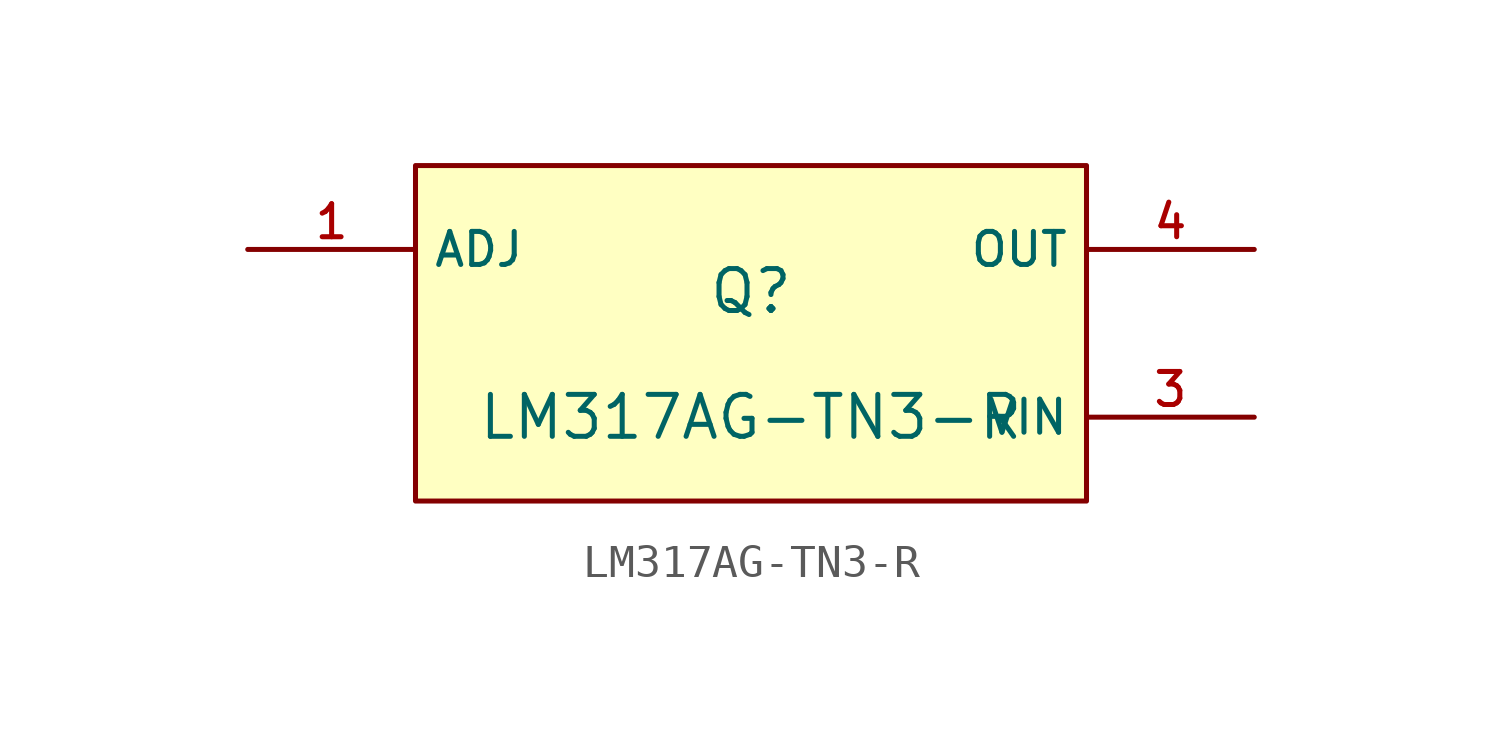
<source format=kicad_sym>
(kicad_symbol_lib
  (version 20210201)
  (generator TousstNicolas/JLC2KiCad_lib)
  (symbol "LM317AG-TN3-R"
    (property "Reference" "Q"
      (at 0 1.27 0)
      (effects (font (size 1.27 1.27))))
    (property "Value" "LM317AG-TN3-R"
      (at 0 -2.54 0)
      (effects (font (size 1.27 1.27))))
    (symbol "LM317AG-TN3-R_0_1"
      (rectangle (start -10.16 5.08) (end 10.16 -5.08) (stroke (width 0) (type default) (color 0 0 0 0)) (fill (type background)))
      (pin unspecified line (at -15.24 2.54 0) (length 5.08) (name "ADJ" (effects (font (size 1 1)))) (number "1" (effects (font (size 1 1)))))
      (pin unspecified line (at 15.24 -2.54 180) (length 5.08) (name "VIN" (effects (font (size 1 1)))) (number "3" (effects (font (size 1 1)))))
      (pin unspecified line (at 15.24 2.54 180) (length 5.08) (name "OUT" (effects (font (size 1 1)))) (number "4" (effects (font (size 1 1))))))))
</source>
